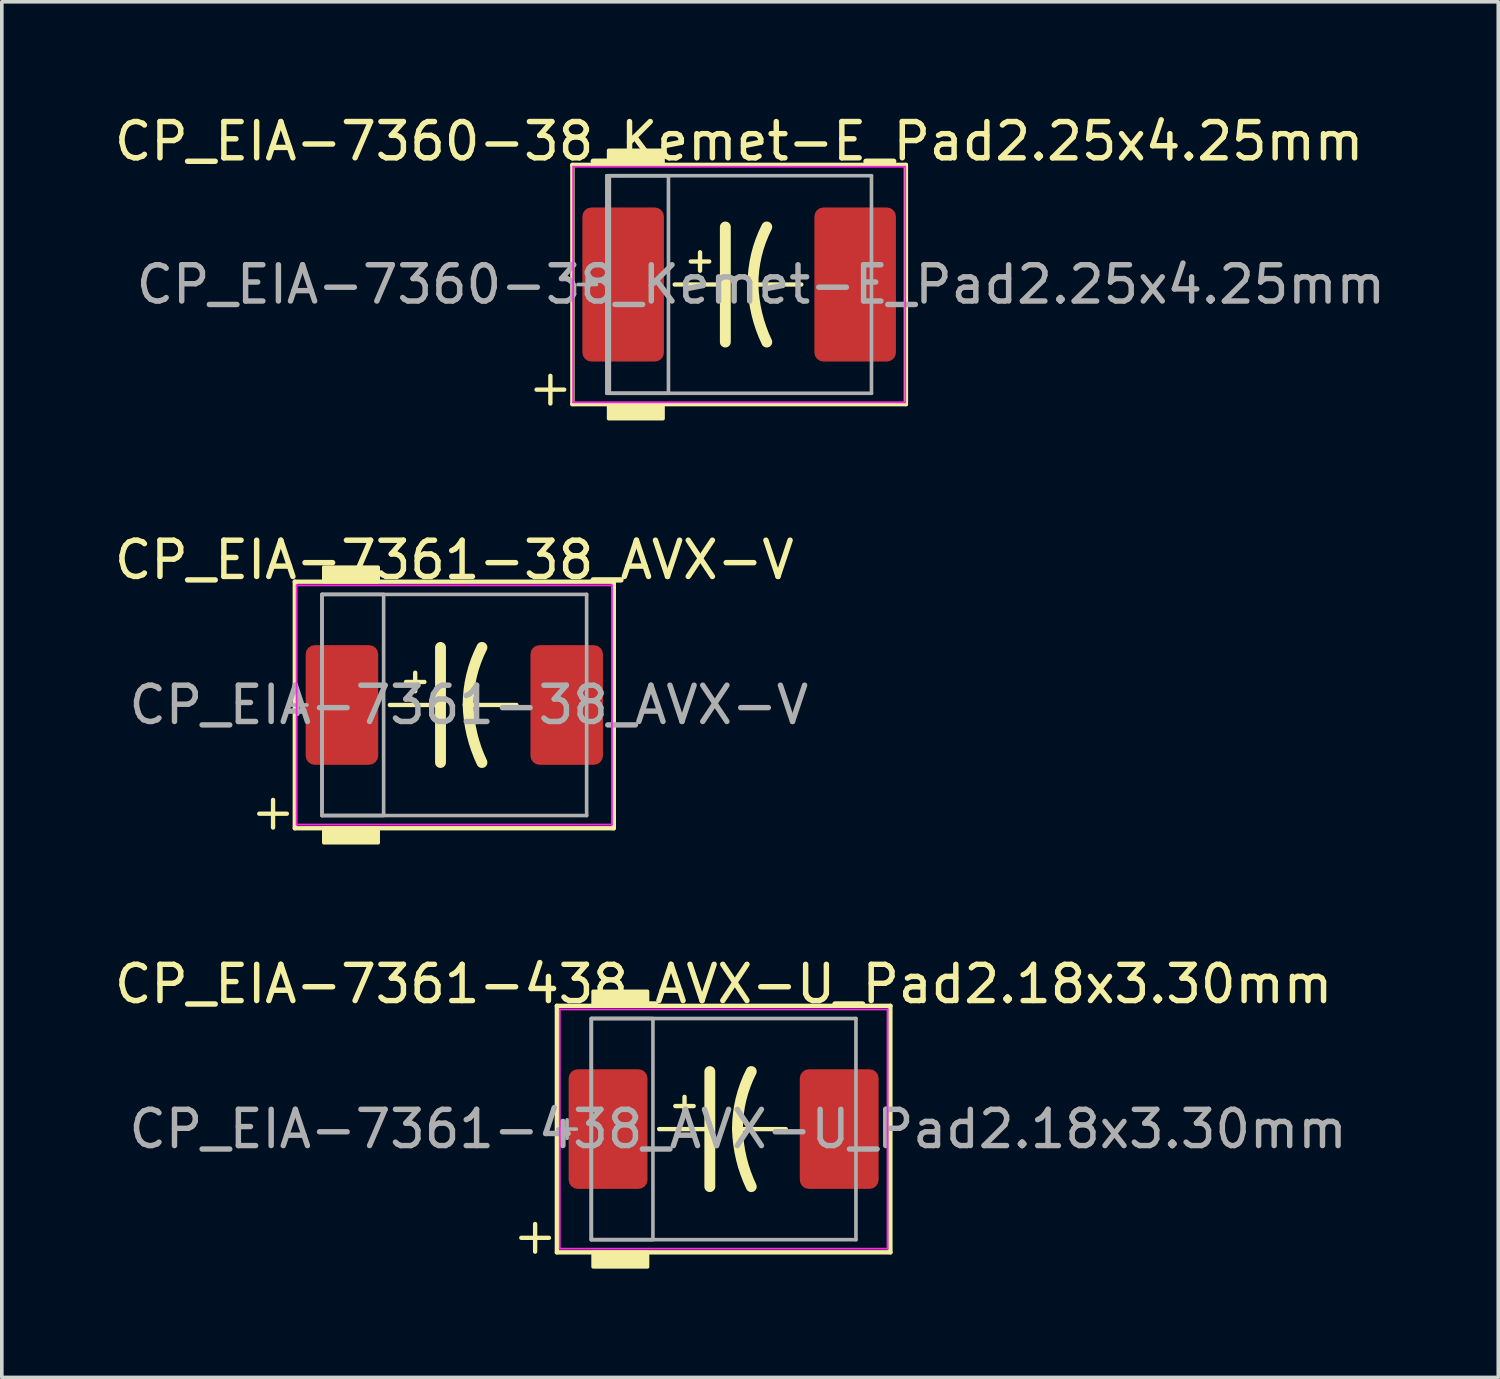
<source format=kicad_pcb>
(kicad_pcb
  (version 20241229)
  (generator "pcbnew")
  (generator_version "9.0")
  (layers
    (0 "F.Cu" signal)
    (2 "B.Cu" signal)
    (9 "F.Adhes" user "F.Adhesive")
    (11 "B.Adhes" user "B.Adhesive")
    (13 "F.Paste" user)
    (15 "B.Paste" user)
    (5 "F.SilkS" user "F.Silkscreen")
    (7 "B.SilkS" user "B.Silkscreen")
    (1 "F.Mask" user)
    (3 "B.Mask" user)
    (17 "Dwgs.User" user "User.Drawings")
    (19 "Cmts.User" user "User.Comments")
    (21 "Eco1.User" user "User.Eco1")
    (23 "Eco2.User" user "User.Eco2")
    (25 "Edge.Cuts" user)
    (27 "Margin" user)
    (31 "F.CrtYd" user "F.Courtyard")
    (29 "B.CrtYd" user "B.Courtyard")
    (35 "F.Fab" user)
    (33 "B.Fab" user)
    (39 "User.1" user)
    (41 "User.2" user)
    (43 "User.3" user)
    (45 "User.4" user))
  (footprint "CP_EIA-7360-38_Kemet-E_Pad2.25x4.25mm"
    (layer "F.Cu")
    (at 17.339 4.798)
    (property "Reference" "CP_EIA-7360-38_Kemet-E_Pad2.25x4.25mm" (at 0 -3.95 0) (layer "F.SilkS") (effects (font (size 1 1) (thickness 0.15))))
    (attr smd)
    (fp_line (start -5.588 2.9) (end -4.826 2.9) (stroke (width 0.12) (type solid)) (layer "F.SilkS"))
    (fp_line (start -5.207 2.519) (end -5.207 3.281) (stroke (width 0.12) (type solid)) (layer "F.SilkS"))
    (fp_line (start -4.6 -3.3) (end -4.6 3.3) (stroke (width 0.12) (type solid)) (layer "F.SilkS"))
    (fp_line (start -4.6 3.3) (end 4.6 3.3) (stroke (width 0.12) (type solid)) (layer "F.SilkS"))
    (fp_line (start -1.778 0) (end -0.381 0) (stroke (width 0.12) (type solid)) (layer "F.SilkS"))
    (fp_line (start -1.079 -0.381) (end -1.079 -0.889) (stroke (width 0.12) (type solid)) (layer "F.SilkS"))
    (fp_line (start -0.826 -0.635) (end -1.333 -0.635) (stroke (width 0.12) (type solid)) (layer "F.SilkS"))
    (fp_line (start -0.381 -1.587) (end -0.381 1.587) (stroke (width 0.3) (type solid)) (layer "F.SilkS"))
    (fp_line (start 1.714 0) (end 0.381 0) (stroke (width 0.12) (type solid)) (layer "F.SilkS"))
    (fp_line (start 4.6 -3.3) (end -4.6 -3.3) (stroke (width 0.12) (type solid)) (layer "F.SilkS"))
    (fp_line (start 4.6 3.3) (end 4.6 -3.3) (stroke (width 0.12) (type solid)) (layer "F.SilkS"))
    (fp_arc (start 0.381 0) (mid 0.477553 -0.816297) (end 0.762 -1.5875) (stroke (width 0.3) (type solid)) (layer "F.SilkS"))
    (fp_arc (start 0.762 1.5875) (mid 0.488774 0.813604) (end 0.381 0) (stroke (width 0.3) (type solid)) (layer "F.SilkS"))
    (fp_poly (pts (xy -2.1 -3.3) (xy -3.6 -3.3) (xy -3.6 -3.7) (xy -2.1 -3.7)) (stroke (width 0.1) (type solid)) (fill yes) (layer "F.SilkS"))
    (fp_poly (pts (xy -2.1 3.7) (xy -3.6 3.7) (xy -3.6 3.3) (xy -2.1 3.3)) (stroke (width 0.1) (type solid)) (fill yes) (layer "F.SilkS"))
    (fp_line (start -4.58 -3.25) (end 4.58 -3.25) (stroke (width 0.05) (type solid)) (layer "F.CrtYd"))
    (fp_line (start -4.58 3.25) (end -4.58 -3.25) (stroke (width 0.05) (type solid)) (layer "F.CrtYd"))
    (fp_line (start 4.58 -3.25) (end 4.58 3.25) (stroke (width 0.05) (type solid)) (layer "F.CrtYd"))
    (fp_line (start 4.58 3.25) (end -4.58 3.25) (stroke (width 0.05) (type solid)) (layer "F.CrtYd"))
    (fp_line (start -4.191 -0.254) (end -4.191 0.254) (stroke (width 0.1) (type solid)) (layer "F.Fab"))
    (fp_line (start -3.937 0) (end -4.445 0) (stroke (width 0.1) (type solid)) (layer "F.Fab"))
    (fp_line (start -3.65 -3) (end -3.65 3) (stroke (width 0.1) (type solid)) (layer "F.Fab"))
    (fp_line (start -3.65 3) (end 3.65 3) (stroke (width 0.1) (type solid)) (layer "F.Fab"))
    (fp_line (start 3.65 -3) (end -3.65 -3) (stroke (width 0.1) (type solid)) (layer "F.Fab"))
    (fp_line (start 3.65 3) (end 3.65 -3) (stroke (width 0.1) (type solid)) (layer "F.Fab"))
    (fp_rect (start -3.581 -3) (end -1.95 3) (stroke (width 0.1) (type solid)) (fill no) (layer "F.Fab"))
    (fp_text user "${REFERENCE}" (at 0.6 0 0) (layer "F.Fab") (effects (font (size 1 1) (thickness 0.15))))
    (pad "1" smd roundrect (at -3.2 0) (size 2.25 4.25) (layers "F.Cu" "F.Mask" "F.Paste") (roundrect_rratio 0.111))
    (pad "2" smd roundrect (at 3.2 0) (size 2.25 4.25) (layers "F.Cu" "F.Mask" "F.Paste") (roundrect_rratio 0.111)))
  (footprint "CP_EIA-7361-38_AVX-V"
    (layer "F.Cu")
    (at 9.482 16.396)
    (property "Reference" "CP_EIA-7361-38_AVX-V" (at 0 -4 0) (layer "F.SilkS") (effects (font (size 1 1) (thickness 0.15))))
    (attr smd)
    (fp_line (start -5.381 3) (end -4.619 3) (stroke (width 0.12) (type solid)) (layer "F.SilkS"))
    (fp_line (start -5 2.619) (end -5 3.381) (stroke (width 0.12) (type solid)) (layer "F.SilkS"))
    (fp_line (start -4.4 -3.4) (end -4.4 3.4) (stroke (width 0.12) (type solid)) (layer "F.SilkS"))
    (fp_line (start -4.4 3.4) (end 4.4 3.4) (stroke (width 0.12) (type solid)) (layer "F.SilkS"))
    (fp_line (start -1.778 0) (end -0.381 0) (stroke (width 0.12) (type solid)) (layer "F.SilkS"))
    (fp_line (start -1.079 -0.381) (end -1.079 -0.889) (stroke (width 0.12) (type solid)) (layer "F.SilkS"))
    (fp_line (start -0.826 -0.635) (end -1.333 -0.635) (stroke (width 0.12) (type solid)) (layer "F.SilkS"))
    (fp_line (start -0.381 -1.587) (end -0.381 1.587) (stroke (width 0.3) (type solid)) (layer "F.SilkS"))
    (fp_line (start 1.714 0) (end 0.381 0) (stroke (width 0.12) (type solid)) (layer "F.SilkS"))
    (fp_line (start 4.4 -3.4) (end -4.4 -3.4) (stroke (width 0.12) (type solid)) (layer "F.SilkS"))
    (fp_line (start 4.4 3.4) (end 4.4 -3.4) (stroke (width 0.12) (type solid)) (layer "F.SilkS"))
    (fp_arc (start 0.381 0) (mid 0.477553 -0.816297) (end 0.762 -1.5875) (stroke (width 0.3) (type solid)) (layer "F.SilkS"))
    (fp_arc (start 0.762 1.5875) (mid 0.488774 0.813604) (end 0.381 0) (stroke (width 0.3) (type solid)) (layer "F.SilkS"))
    (fp_poly (pts (xy -2.1 -3.4) (xy -3.6 -3.4) (xy -3.6 -3.8) (xy -2.1 -3.8)) (stroke (width 0.1) (type solid)) (fill yes) (layer "F.SilkS"))
    (fp_poly (pts (xy -2.1 3.8) (xy -3.6 3.8) (xy -3.6 3.4) (xy -2.1 3.4)) (stroke (width 0.1) (type solid)) (fill yes) (layer "F.SilkS"))
    (fp_line (start -4.35 -3.3) (end 4.35 -3.3) (stroke (width 0.05) (type solid)) (layer "F.CrtYd"))
    (fp_line (start -4.35 3.3) (end -4.35 -3.3) (stroke (width 0.05) (type solid)) (layer "F.CrtYd"))
    (fp_line (start 4.35 -3.3) (end 4.35 3.3) (stroke (width 0.05) (type solid)) (layer "F.CrtYd"))
    (fp_line (start 4.35 3.3) (end -4.35 3.3) (stroke (width 0.05) (type solid)) (layer "F.CrtYd"))
    (fp_line (start -4.318 -0.254) (end -4.318 0.254) (stroke (width 0.1) (type solid)) (layer "F.Fab"))
    (fp_line (start -4.064 0) (end -4.572 0) (stroke (width 0.1) (type solid)) (layer "F.Fab"))
    (fp_line (start -3.65 -3.05) (end -3.65 3.05) (stroke (width 0.1) (type solid)) (layer "F.Fab"))
    (fp_line (start -3.65 3.05) (end 3.65 3.05) (stroke (width 0.1) (type solid)) (layer "F.Fab"))
    (fp_line (start 3.65 -3.05) (end -3.65 -3.05) (stroke (width 0.1) (type solid)) (layer "F.Fab"))
    (fp_line (start 3.65 3.05) (end 3.65 -3.05) (stroke (width 0.1) (type solid)) (layer "F.Fab"))
    (fp_rect (start -3.65 -3.05) (end -1.95 3.05) (stroke (width 0.1) (type solid)) (fill no) (layer "F.Fab"))
    (fp_text user "${REFERENCE}" (at 0.4 0 0) (layer "F.Fab") (effects (font (size 1 1) (thickness 0.15))))
    (pad "1" smd roundrect (at -3.1 0) (size 2 3.3) (layers "F.Cu" "F.Mask" "F.Paste") (roundrect_rratio 0.125))
    (pad "2" smd roundrect (at 3.1 0) (size 2 3.3) (layers "F.Cu" "F.Mask" "F.Paste") (roundrect_rratio 0.125)))
  (footprint "CP_EIA-7361-438_AVX-U_Pad2.18x3.30mm"
    (layer "F.Cu")
    (at 16.911 28.095)
    (property "Reference" "CP_EIA-7361-438_AVX-U_Pad2.18x3.30mm" (at 0 -4 0) (layer "F.SilkS") (effects (font (size 1 1) (thickness 0.15))))
    (attr smd)
    (fp_line (start -5.581 3) (end -4.819 3) (stroke (width 0.12) (type solid)) (layer "F.SilkS"))
    (fp_line (start -5.2 2.619) (end -5.2 3.381) (stroke (width 0.12) (type solid)) (layer "F.SilkS"))
    (fp_line (start -4.6 -3.4) (end -4.6 3.4) (stroke (width 0.12) (type solid)) (layer "F.SilkS"))
    (fp_line (start -4.6 3.4) (end 4.6 3.4) (stroke (width 0.12) (type solid)) (layer "F.SilkS"))
    (fp_line (start -1.778 0) (end -0.381 0) (stroke (width 0.12) (type solid)) (layer "F.SilkS"))
    (fp_line (start -1.079 -0.381) (end -1.079 -0.889) (stroke (width 0.12) (type solid)) (layer "F.SilkS"))
    (fp_line (start -0.826 -0.635) (end -1.333 -0.635) (stroke (width 0.12) (type solid)) (layer "F.SilkS"))
    (fp_line (start -0.381 -1.587) (end -0.381 1.587) (stroke (width 0.3) (type solid)) (layer "F.SilkS"))
    (fp_line (start 1.714 0) (end 0.381 0) (stroke (width 0.12) (type solid)) (layer "F.SilkS"))
    (fp_line (start 4.6 -3.4) (end -4.6 -3.4) (stroke (width 0.12) (type solid)) (layer "F.SilkS"))
    (fp_line (start 4.6 3.4) (end 4.6 -3.4) (stroke (width 0.12) (type solid)) (layer "F.SilkS"))
    (fp_arc (start 0.381 0) (mid 0.477553 -0.816297) (end 0.762 -1.5875) (stroke (width 0.3) (type solid)) (layer "F.SilkS"))
    (fp_arc (start 0.762 1.5875) (mid 0.488774 0.813604) (end 0.381 0) (stroke (width 0.3) (type solid)) (layer "F.SilkS"))
    (fp_poly (pts (xy -2.1 -3.4) (xy -3.6 -3.4) (xy -3.6 -3.8) (xy -2.1 -3.8)) (stroke (width 0.1) (type solid)) (fill yes) (layer "F.SilkS"))
    (fp_poly (pts (xy -2.1 3.8) (xy -3.6 3.8) (xy -3.6 3.4) (xy -2.1 3.4)) (stroke (width 0.1) (type solid)) (fill yes) (layer "F.SilkS"))
    (fp_line (start -4.52 -3.3) (end 4.52 -3.3) (stroke (width 0.05) (type solid)) (layer "F.CrtYd"))
    (fp_line (start -4.52 3.3) (end -4.52 -3.3) (stroke (width 0.05) (type solid)) (layer "F.CrtYd"))
    (fp_line (start 4.52 -3.3) (end 4.52 3.3) (stroke (width 0.05) (type solid)) (layer "F.CrtYd"))
    (fp_line (start 4.52 3.3) (end -4.52 3.3) (stroke (width 0.05) (type solid)) (layer "F.CrtYd"))
    (fp_line (start -4.318 -0.254) (end -4.318 0.254) (stroke (width 0.1) (type solid)) (layer "F.Fab"))
    (fp_line (start -4.064 0) (end -4.572 0) (stroke (width 0.1) (type solid)) (layer "F.Fab"))
    (fp_line (start -3.65 -3.05) (end -3.65 3.05) (stroke (width 0.1) (type solid)) (layer "F.Fab"))
    (fp_line (start -3.65 3.05) (end 3.65 3.05) (stroke (width 0.1) (type solid)) (layer "F.Fab"))
    (fp_line (start 3.65 -3.05) (end -3.65 -3.05) (stroke (width 0.1) (type solid)) (layer "F.Fab"))
    (fp_line (start 3.65 3.05) (end 3.65 -3.05) (stroke (width 0.1) (type solid)) (layer "F.Fab"))
    (fp_rect (start -3.65 -3.05) (end -1.95 3.05) (stroke (width 0.1) (type solid)) (fill no) (layer "F.Fab"))
    (fp_text user "${REFERENCE}" (at 0.4 0 0) (layer "F.Fab") (effects (font (size 1 1) (thickness 0.15))))
    (pad "1" smd roundrect (at -3.188 0) (size 2.175 3.3) (layers "F.Cu" "F.Mask" "F.Paste") (roundrect_rratio 0.115))
    (pad "2" smd roundrect (at 3.188 0) (size 2.175 3.3) (layers "F.Cu" "F.Mask" "F.Paste") (roundrect_rratio 0.115)))
  (gr_rect
    (start -3 -3)
    (end 38.279 34.945)
    (stroke (width 0.1) (type default))
    (fill no)
    (layer "Edge.Cuts")))
</source>
